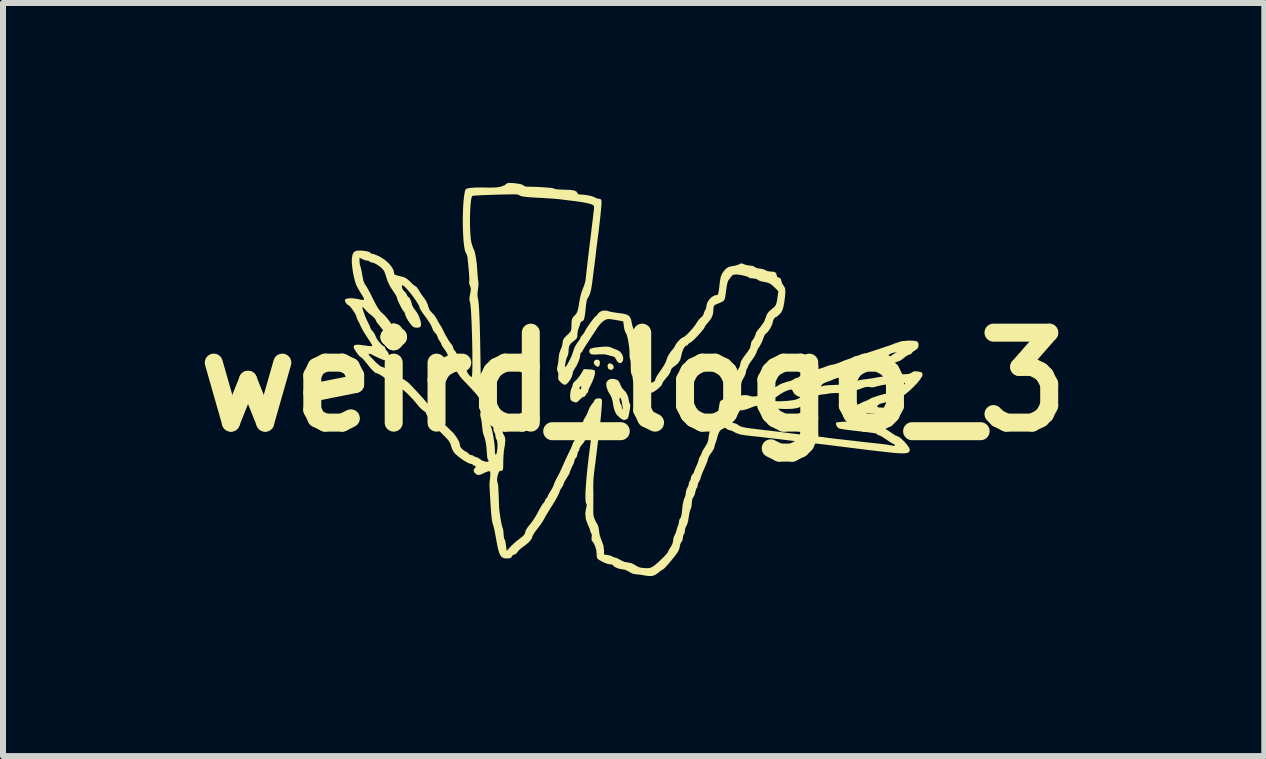
<source format=kicad_pcb>
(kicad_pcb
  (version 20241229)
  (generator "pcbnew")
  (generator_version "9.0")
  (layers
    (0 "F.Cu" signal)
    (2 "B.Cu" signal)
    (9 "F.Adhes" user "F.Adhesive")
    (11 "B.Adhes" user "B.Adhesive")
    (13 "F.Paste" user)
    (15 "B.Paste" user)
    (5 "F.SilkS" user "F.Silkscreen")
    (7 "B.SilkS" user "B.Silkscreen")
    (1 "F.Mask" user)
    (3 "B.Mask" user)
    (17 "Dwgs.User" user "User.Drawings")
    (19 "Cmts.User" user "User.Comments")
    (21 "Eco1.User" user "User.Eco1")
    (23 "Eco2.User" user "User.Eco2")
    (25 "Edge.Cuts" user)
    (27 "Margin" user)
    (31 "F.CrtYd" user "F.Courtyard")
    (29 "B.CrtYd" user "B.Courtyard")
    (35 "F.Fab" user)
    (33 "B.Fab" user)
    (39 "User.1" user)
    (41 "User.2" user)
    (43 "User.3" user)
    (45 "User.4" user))
  (footprint "weird_logo_3"
    (layer "F.Cu")
    (at 7.514 3.318)
    (property "Reference" "weird_logo_3" (at 0 0 0) (layer "F.SilkS") (effects (font (size 1.5 1.5) (thickness 0.3))))
    (attr board_only exclude_from_pos_files exclude_from_bom)
    (fp_poly (pts (xy -0.357 -0.298) (xy -0.334 -0.264) (xy -0.332 -0.235) (xy -0.35 -0.208) (xy -0.382 -0.201) (xy -0.414 -0.213) (xy -0.426 -0.228) (xy -0.436 -0.269) (xy -0.424 -0.3) (xy -0.395 -0.312)) (stroke (width 0) (type solid)) (fill yes) (layer "F.SilkS"))
    (fp_poly (pts (xy -0.583 -0.367) (xy -0.564 -0.343) (xy -0.562 -0.307) (xy -0.574 -0.264) (xy -0.597 -0.252) (xy -0.633 -0.27) (xy -0.64 -0.275) (xy -0.663 -0.309) (xy -0.661 -0.343) (xy -0.638 -0.367) (xy -0.6 -0.372)) (stroke (width 0) (type solid)) (fill yes) (layer "F.SilkS"))
    (fp_poly (pts (xy -0.401 -0.584) (xy -0.368 -0.571) (xy -0.316 -0.548) (xy -0.271 -0.532) (xy -0.226 -0.505) (xy -0.191 -0.459) (xy -0.173 -0.405) (xy -0.177 -0.355) (xy -0.178 -0.352) (xy -0.206 -0.318) (xy -0.239 -0.314) (xy -0.271 -0.338) (xy -0.289 -0.37) (xy -0.315 -0.413) (xy -0.344 -0.427) (xy -0.38 -0.434) (xy -0.424 -0.448) (xy -0.486 -0.461) (xy -0.575 -0.46) (xy -0.587 -0.459) (xy -0.66 -0.456) (xy -0.707 -0.462) (xy -0.732 -0.48) (xy -0.74 -0.512) (xy -0.74 -0.518) (xy -0.736 -0.538) (xy -0.721 -0.553) (xy -0.69 -0.564) (xy -0.638 -0.574) (xy -0.56 -0.583) (xy -0.525 -0.586) (xy -0.452 -0.59)) (stroke (width 0) (type solid)) (fill yes) (layer "F.SilkS"))
    (fp_poly (pts (xy -0.74 -0.21) (xy -0.686 -0.205) (xy -0.657 -0.196) (xy -0.645 -0.179) (xy -0.644 -0.174) (xy -0.646 -0.13) (xy -0.663 -0.068) (xy -0.691 0.002) (xy -0.719 0.058) (xy -0.741 0.104) (xy -0.755 0.142) (xy -0.756 0.152) (xy -0.763 0.176) (xy -0.771 0.181) (xy -0.786 0.195) (xy -0.794 0.214) (xy -0.812 0.24) (xy -0.83 0.247) (xy -0.857 0.258) (xy -0.891 0.288) (xy -0.899 0.296) (xy -0.934 0.332) (xy -0.965 0.343) (xy -1.004 0.331) (xy -1.019 0.324) (xy -1.044 0.307) (xy -1.055 0.284) (xy -1.058 0.243) (xy -1.058 0.215) (xy -1.053 0.163) (xy -1.044 0.123) (xy -1.037 0.11) (xy -1.037 0.109) (xy -0.904 0.109) (xy -0.896 0.125) (xy -0.888 0.123) (xy -0.873 0.1) (xy -0.871 0.088) (xy -0.88 0.072) (xy -0.888 0.074) (xy -0.903 0.098) (xy -0.904 0.109) (xy -1.037 0.109) (xy -1.023 0.08) (xy -1.019 0.055) (xy -1.006 0.017) (xy -0.973 -0.017) (xy -0.938 -0.051) (xy -0.899 -0.101) (xy -0.878 -0.133) (xy -0.83 -0.214)) (stroke (width 0) (type solid)) (fill yes) (layer "F.SilkS"))
    (fp_poly (pts (xy -0.291 -0.041) (xy -0.258 -0.023) (xy -0.235 0.011) (xy -0.223 0.042) (xy -0.199 0.091) (xy -0.172 0.127) (xy -0.161 0.137) (xy -0.13 0.169) (xy -0.102 0.221) (xy -0.085 0.276) (xy -0.082 0.303) (xy -0.075 0.34) (xy -0.065 0.356) (xy -0.057 0.38) (xy -0.059 0.429) (xy -0.068 0.487) (xy -0.08 0.551) (xy -0.09 0.591) (xy -0.103 0.613) (xy -0.122 0.625) (xy -0.143 0.632) (xy -0.173 0.632) (xy -0.209 0.613) (xy -0.244 0.584) (xy -0.278 0.55) (xy -0.302 0.513) (xy -0.321 0.467) (xy -0.337 0.402) (xy -0.352 0.313) (xy -0.353 0.31) (xy -0.363 0.276) (xy -0.236 0.276) (xy -0.234 0.307) (xy -0.227 0.342) (xy -0.216 0.367) (xy -0.212 0.371) (xy -0.201 0.393) (xy -0.197 0.42) (xy -0.194 0.451) (xy -0.187 0.46) (xy -0.183 0.446) (xy -0.185 0.409) (xy -0.189 0.384) (xy -0.2 0.317) (xy -0.212 0.278) (xy -0.226 0.263) (xy -0.229 0.263) (xy -0.236 0.276) (xy -0.363 0.276) (xy -0.368 0.258) (xy -0.391 0.213) (xy -0.393 0.211) (xy -0.428 0.152) (xy -0.451 0.087) (xy -0.457 0.028) (xy -0.454 0.012) (xy -0.429 -0.028) (xy -0.385 -0.05) (xy -0.345 -0.052)) (stroke (width 0) (type solid)) (fill yes) (layer "F.SilkS"))
    (fp_poly (pts (xy -2.031 -3.317) (xy -1.983 -3.313) (xy -1.914 -3.304) (xy -1.864 -3.292) (xy -1.84 -3.279) (xy -1.809 -3.26) (xy -1.786 -3.256) (xy -1.691 -3.254) (xy -1.596 -3.251) (xy -1.506 -3.246) (xy -1.429 -3.24) (xy -1.369 -3.234) (xy -1.333 -3.227) (xy -1.327 -3.224) (xy -1.302 -3.215) (xy -1.252 -3.209) (xy -1.183 -3.206) (xy -1.152 -3.205) (xy -1.057 -3.202) (xy -0.991 -3.192) (xy -0.952 -3.174) (xy -0.937 -3.149) (xy -0.937 -3.142) (xy -0.922 -3.13) (xy -0.883 -3.124) (xy -0.87 -3.124) (xy -0.818 -3.12) (xy -0.758 -3.111) (xy -0.702 -3.098) (xy -0.659 -3.084) (xy -0.641 -3.073) (xy -0.62 -3.063) (xy -0.584 -3.055) (xy -0.552 -3.049) (xy -0.538 -3.032) (xy -0.535 -2.995) (xy -0.535 -2.984) (xy -0.538 -2.933) (xy -0.545 -2.856) (xy -0.555 -2.757) (xy -0.568 -2.643) (xy -0.582 -2.519) (xy -0.591 -2.45) (xy -0.601 -2.372) (xy -0.613 -2.28) (xy -0.624 -2.191) (xy -0.625 -2.178) (xy -0.635 -2.093) (xy -0.646 -2.004) (xy -0.656 -1.927) (xy -0.658 -1.915) (xy -0.667 -1.842) (xy -0.678 -1.754) (xy -0.689 -1.667) (xy -0.691 -1.652) (xy -0.706 -1.557) (xy -0.722 -1.487) (xy -0.742 -1.435) (xy -0.766 -1.397) (xy -0.778 -1.369) (xy -0.788 -1.319) (xy -0.795 -1.266) (xy -0.805 -1.17) (xy -0.814 -1.103) (xy -0.823 -1.058) (xy -0.833 -1.031) (xy -0.847 -1.018) (xy -0.856 -1.014) (xy -0.882 -0.997) (xy -0.888 -0.982) (xy -0.895 -0.95) (xy -0.912 -0.91) (xy -0.928 -0.862) (xy -0.937 -0.805) (xy -0.937 -0.794) (xy -0.94 -0.749) (xy -0.955 -0.719) (xy -0.989 -0.688) (xy -1.002 -0.679) (xy -1.049 -0.64) (xy -1.074 -0.599) (xy -1.084 -0.543) (xy -1.085 -0.509) (xy -1.091 -0.46) (xy -1.107 -0.42) (xy -1.108 -0.419) (xy -1.118 -0.393) (xy -1.129 -0.352) (xy -1.138 -0.307) (xy -1.143 -0.269) (xy -1.142 -0.248) (xy -1.141 -0.247) (xy -1.126 -0.26) (xy -1.103 -0.297) (xy -1.076 -0.347) (xy -1.048 -0.403) (xy -1.025 -0.456) (xy -1.011 -0.499) (xy -1.01 -0.502) (xy -0.985 -0.576) (xy -0.947 -0.642) (xy -0.939 -0.653) (xy -0.909 -0.692) (xy -0.89 -0.724) (xy -0.888 -0.733) (xy -0.877 -0.757) (xy -0.855 -0.781) (xy -0.826 -0.817) (xy -0.812 -0.845) (xy -0.798 -0.872) (xy -0.771 -0.915) (xy -0.736 -0.966) (xy -0.699 -1.017) (xy -0.664 -1.062) (xy -0.638 -1.092) (xy -0.625 -1.101) (xy -0.61 -1.114) (xy -0.593 -1.141) (xy -0.56 -1.171) (xy -0.51 -1.189) (xy -0.456 -1.19) (xy -0.423 -1.181) (xy -0.394 -1.172) (xy -0.342 -1.162) (xy -0.276 -1.152) (xy -0.25 -1.149) (xy -0.165 -1.137) (xy -0.107 -1.12) (xy -0.069 -1.093) (xy -0.046 -1.052) (xy -0.032 -0.992) (xy -0.031 -0.986) (xy -0.019 -0.931) (xy -0.004 -0.888) (xy 0.005 -0.873) (xy 0.02 -0.842) (xy 0.035 -0.787) (xy 0.048 -0.72) (xy 0.057 -0.65) (xy 0.061 -0.588) (xy 0.058 -0.543) (xy 0.057 -0.542) (xy 0.056 -0.493) (xy 0.066 -0.438) (xy 0.068 -0.432) (xy 0.079 -0.379) (xy 0.084 -0.313) (xy 0.084 -0.275) (xy 0.084 -0.216) (xy 0.091 -0.185) (xy 0.097 -0.181) (xy 0.109 -0.166) (xy 0.115 -0.13) (xy 0.115 -0.116) (xy 0.121 -0.067) (xy 0.142 -0.034) (xy 0.163 -0.018) (xy 0.213 0.006) (xy 0.266 0.014) (xy 0.315 0.008) (xy 0.349 -0.012) (xy 0.362 -0.042) (xy 0.371 -0.069) (xy 0.394 -0.11) (xy 0.412 -0.136) (xy 0.472 -0.223) (xy 0.514 -0.29) (xy 0.54 -0.341) (xy 0.553 -0.383) (xy 0.554 -0.384) (xy 0.569 -0.425) (xy 0.6 -0.477) (xy 0.627 -0.513) (xy 0.661 -0.555) (xy 0.684 -0.587) (xy 0.69 -0.601) (xy 0.701 -0.624) (xy 0.728 -0.66) (xy 0.761 -0.697) (xy 0.794 -0.727) (xy 0.816 -0.74) (xy 0.816 -0.74) (xy 0.843 -0.752) (xy 0.882 -0.785) (xy 0.929 -0.831) (xy 0.977 -0.885) (xy 1.02 -0.939) (xy 1.053 -0.989) (xy 1.058 -0.998) (xy 1.089 -1.042) (xy 1.125 -1.075) (xy 1.155 -1.103) (xy 1.167 -1.132) (xy 1.177 -1.168) (xy 1.191 -1.193) (xy 1.209 -1.232) (xy 1.216 -1.278) (xy 1.229 -1.325) (xy 1.262 -1.375) (xy 1.305 -1.418) (xy 1.351 -1.443) (xy 1.371 -1.447) (xy 1.388 -1.448) (xy 1.4 -1.453) (xy 1.409 -1.469) (xy 1.417 -1.5) (xy 1.424 -1.55) (xy 1.433 -1.625) (xy 1.44 -1.685) (xy 1.453 -1.755) (xy 1.476 -1.808) (xy 1.507 -1.852) (xy 1.546 -1.894) (xy 1.583 -1.917) (xy 1.634 -1.929) (xy 1.647 -1.931) (xy 1.702 -1.941) (xy 1.748 -1.956) (xy 1.763 -1.964) (xy 1.792 -1.977) (xy 1.822 -1.971) (xy 1.838 -1.963) (xy 1.886 -1.947) (xy 1.941 -1.94) (xy 1.942 -1.94) (xy 1.988 -1.934) (xy 2.02 -1.918) (xy 2.022 -1.915) (xy 2.051 -1.899) (xy 2.096 -1.89) (xy 2.102 -1.89) (xy 2.152 -1.883) (xy 2.192 -1.867) (xy 2.194 -1.865) (xy 2.233 -1.848) (xy 2.279 -1.841) (xy 2.339 -1.836) (xy 2.373 -1.819) (xy 2.384 -1.787) (xy 2.384 -1.783) (xy 2.394 -1.751) (xy 2.421 -1.74) (xy 2.451 -1.725) (xy 2.463 -1.687) (xy 2.478 -1.639) (xy 2.5 -1.606) (xy 2.518 -1.579) (xy 2.528 -1.543) (xy 2.53 -1.492) (xy 2.524 -1.42) (xy 2.511 -1.323) (xy 2.497 -1.249) (xy 2.481 -1.198) (xy 2.459 -1.159) (xy 2.443 -1.138) (xy 2.41 -1.106) (xy 2.385 -1.087) (xy 2.379 -1.085) (xy 2.353 -1.071) (xy 2.331 -1.037) (xy 2.319 -0.996) (xy 2.319 -0.989) (xy 2.31 -0.958) (xy 2.289 -0.914) (xy 2.261 -0.868) (xy 2.232 -0.829) (xy 2.209 -0.807) (xy 2.203 -0.806) (xy 2.19 -0.791) (xy 2.174 -0.756) (xy 2.169 -0.744) (xy 2.139 -0.666) (xy 2.1 -0.592) (xy 2.078 -0.559) (xy 2.059 -0.524) (xy 2.049 -0.493) (xy 2.034 -0.459) (xy 2.005 -0.41) (xy 1.973 -0.365) (xy 1.939 -0.318) (xy 1.915 -0.278) (xy 1.907 -0.255) (xy 1.897 -0.228) (xy 1.891 -0.222) (xy 1.878 -0.199) (xy 1.874 -0.171) (xy 1.866 -0.133) (xy 1.844 -0.084) (xy 1.833 -0.066) (xy 1.808 -0.02) (xy 1.794 0.02) (xy 1.792 0.032) (xy 1.784 0.063) (xy 1.776 0.074) (xy 1.762 0.097) (xy 1.759 0.12) (xy 1.748 0.162) (xy 1.734 0.188) (xy 1.715 0.22) (xy 1.709 0.246) (xy 1.717 0.257) (xy 1.731 0.249) (xy 1.772 0.23) (xy 1.829 0.22) (xy 1.886 0.22) (xy 1.923 0.23) (xy 1.97 0.242) (xy 2.033 0.241) (xy 2.098 0.229) (xy 2.151 0.208) (xy 2.167 0.196) (xy 2.2 0.173) (xy 2.225 0.164) (xy 2.249 0.156) (xy 2.291 0.132) (xy 2.344 0.099) (xy 2.357 0.09) (xy 2.456 0.032) (xy 2.545 0.001) (xy 2.551 -0.001) (xy 2.605 -0.014) (xy 2.649 -0.032) (xy 2.663 -0.041) (xy 2.697 -0.061) (xy 2.717 -0.066) (xy 2.745 -0.074) (xy 3.058 -0.074) (xy 3.066 -0.066) (xy 3.074 -0.074) (xy 3.066 -0.082) (xy 3.058 -0.074) (xy 2.745 -0.074) (xy 2.746 -0.074) (xy 2.753 -0.081) (xy 2.774 -0.097) (xy 2.815 -0.12) (xy 2.865 -0.145) (xy 2.915 -0.166) (xy 2.954 -0.179) (xy 2.965 -0.181) (xy 2.994 -0.19) (xy 3 -0.197) (xy 3.023 -0.209) (xy 3.057 -0.214) (xy 3.1 -0.22) (xy 3.155 -0.237) (xy 3.177 -0.246) (xy 3.235 -0.268) (xy 3.292 -0.284) (xy 3.309 -0.287) (xy 3.352 -0.296) (xy 3.781 -0.296) (xy 3.793 -0.287) (xy 3.806 -0.29) (xy 3.828 -0.302) (xy 3.831 -0.306) (xy 3.817 -0.312) (xy 3.806 -0.312) (xy 3.784 -0.304) (xy 3.781 -0.296) (xy 3.352 -0.296) (xy 3.36 -0.298) (xy 3.42 -0.319) (xy 3.438 -0.326) (xy 3.499 -0.352) (xy 3.561 -0.374) (xy 3.576 -0.379) (xy 3.622 -0.395) (xy 3.656 -0.411) (xy 3.661 -0.414) (xy 3.692 -0.429) (xy 3.718 -0.434) (xy 3.758 -0.442) (xy 4.251 -0.442) (xy 4.253 -0.438) (xy 4.278 -0.429) (xy 4.31 -0.449) (xy 4.311 -0.45) (xy 4.347 -0.474) (xy 4.366 -0.481) (xy 4.387 -0.488) (xy 4.376 -0.49) (xy 4.363 -0.491) (xy 4.328 -0.487) (xy 4.291 -0.474) (xy 4.262 -0.457) (xy 4.251 -0.442) (xy 3.758 -0.442) (xy 3.76 -0.442) (xy 3.781 -0.448) (xy 3.807 -0.456) (xy 3.855 -0.472) (xy 3.92 -0.493) (xy 3.97 -0.51) (xy 4.09 -0.549) (xy 4.181 -0.58) (xy 4.25 -0.603) (xy 4.299 -0.62) (xy 4.331 -0.633) (xy 4.348 -0.64) (xy 4.467 -0.679) (xy 4.585 -0.69) (xy 4.661 -0.688) (xy 4.71 -0.681) (xy 4.738 -0.666) (xy 4.749 -0.64) (xy 4.751 -0.616) (xy 4.745 -0.576) (xy 4.722 -0.547) (xy 4.694 -0.528) (xy 4.657 -0.503) (xy 4.637 -0.482) (xy 4.636 -0.477) (xy 4.622 -0.463) (xy 4.606 -0.46) (xy 4.577 -0.45) (xy 4.536 -0.424) (xy 4.509 -0.403) (xy 4.467 -0.37) (xy 4.433 -0.349) (xy 4.419 -0.345) (xy 4.387 -0.335) (xy 4.38 -0.33) (xy 4.358 -0.322) (xy 4.311 -0.315) (xy 4.249 -0.309) (xy 4.225 -0.308) (xy 4.139 -0.301) (xy 4.079 -0.293) (xy 4.036 -0.28) (xy 4.003 -0.26) (xy 3.995 -0.254) (xy 3.968 -0.236) (xy 3.923 -0.208) (xy 3.872 -0.179) (xy 3.812 -0.149) (xy 3.76 -0.132) (xy 3.701 -0.124) (xy 3.65 -0.122) (xy 3.564 -0.116) (xy 3.499 -0.102) (xy 3.477 -0.093) (xy 3.436 -0.074) (xy 3.404 -0.066) (xy 3.403 -0.066) (xy 3.371 -0.058) (xy 3.336 -0.044) (xy 3.286 -0.022) (xy 3.248 -0.01) (xy 3.198 0.009) (xy 3.163 0.027) (xy 3.135 0.051) (xy 3.124 0.069) (xy 3.132 0.076) (xy 3.152 0.068) (xy 3.182 0.061) (xy 3.234 0.055) (xy 3.299 0.052) (xy 3.321 0.051) (xy 3.4 0.048) (xy 3.48 0.038) (xy 3.544 0.026) (xy 3.551 0.024) (xy 3.663 -0.006) (xy 3.75 -0.027) (xy 3.82 -0.04) (xy 3.855 -0.044) (xy 3.899 -0.049) (xy 3.966 -0.059) (xy 4.043 -0.072) (xy 4.093 -0.081) (xy 4.17 -0.093) (xy 4.238 -0.102) (xy 4.29 -0.105) (xy 4.311 -0.104) (xy 4.352 -0.102) (xy 4.377 -0.111) (xy 4.404 -0.119) (xy 4.452 -0.126) (xy 4.501 -0.128) (xy 4.572 -0.132) (xy 4.618 -0.144) (xy 4.636 -0.156) (xy 4.666 -0.174) (xy 4.706 -0.178) (xy 4.742 -0.174) (xy 4.788 -0.165) (xy 4.81 -0.152) (xy 4.817 -0.128) (xy 4.817 -0.12) (xy 4.804 -0.083) (xy 4.77 -0.032) (xy 4.72 0.027) (xy 4.659 0.09) (xy 4.592 0.153) (xy 4.524 0.209) (xy 4.462 0.253) (xy 4.409 0.282) (xy 4.386 0.289) (xy 4.338 0.3) (xy 4.299 0.312) (xy 4.266 0.322) (xy 4.213 0.337) (xy 4.168 0.348) (xy 4.103 0.367) (xy 4.07 0.388) (xy 4.064 0.399) (xy 4.066 0.418) (xy 4.089 0.426) (xy 4.125 0.427) (xy 4.176 0.43) (xy 4.244 0.438) (xy 4.307 0.447) (xy 4.367 0.458) (xy 4.402 0.468) (xy 4.418 0.481) (xy 4.422 0.501) (xy 4.422 0.512) (xy 4.409 0.558) (xy 4.386 0.577) (xy 4.347 0.606) (xy 4.319 0.636) (xy 4.289 0.663) (xy 4.264 0.674) (xy 4.236 0.683) (xy 4.195 0.705) (xy 4.182 0.714) (xy 4.146 0.739) (xy 4.136 0.752) (xy 4.148 0.76) (xy 4.162 0.765) (xy 4.195 0.781) (xy 4.243 0.81) (xy 4.286 0.84) (xy 4.334 0.873) (xy 4.374 0.897) (xy 4.396 0.904) (xy 4.424 0.916) (xy 4.465 0.948) (xy 4.51 0.992) (xy 4.553 1.04) (xy 4.586 1.085) (xy 4.603 1.119) (xy 4.603 1.125) (xy 4.602 1.146) (xy 4.596 1.162) (xy 4.583 1.175) (xy 4.56 1.184) (xy 4.525 1.19) (xy 4.476 1.191) (xy 4.408 1.188) (xy 4.322 1.181) (xy 4.212 1.169) (xy 4.078 1.154) (xy 3.916 1.135) (xy 3.732 1.112) (xy 3.573 1.092) (xy 3.442 1.076) (xy 3.333 1.062) (xy 3.242 1.051) (xy 3.162 1.041) (xy 3.089 1.033) (xy 3.017 1.024) (xy 2.941 1.015) (xy 2.857 1.005) (xy 2.844 1.004) (xy 2.772 0.995) (xy 2.679 0.984) (xy 2.578 0.973) (xy 2.482 0.961) (xy 2.34 0.944) (xy 2.225 0.931) (xy 2.134 0.92) (xy 2.063 0.912) (xy 2.006 0.906) (xy 1.96 0.901) (xy 1.921 0.896) (xy 1.883 0.892) (xy 1.866 0.891) (xy 1.77 0.874) (xy 1.697 0.846) (xy 1.691 0.842) (xy 1.647 0.819) (xy 1.61 0.806) (xy 1.602 0.806) (xy 1.57 0.795) (xy 1.533 0.769) (xy 1.532 0.769) (xy 1.502 0.746) (xy 1.487 0.747) (xy 1.484 0.754) (xy 1.466 0.783) (xy 1.445 0.807) (xy 1.423 0.842) (xy 1.403 0.893) (xy 1.397 0.916) (xy 1.383 0.969) (xy 1.369 1.011) (xy 1.363 1.023) (xy 1.35 1.064) (xy 1.348 1.083) (xy 1.338 1.113) (xy 1.313 1.156) (xy 1.298 1.176) (xy 1.266 1.223) (xy 1.244 1.267) (xy 1.24 1.281) (xy 1.235 1.302) (xy 1.229 1.323) (xy 1.219 1.349) (xy 1.202 1.388) (xy 1.176 1.448) (xy 1.16 1.484) (xy 1.138 1.537) (xy 1.123 1.58) (xy 1.118 1.6) (xy 1.109 1.629) (xy 1.094 1.653) (xy 1.074 1.694) (xy 1.069 1.721) (xy 1.063 1.754) (xy 1.054 1.766) (xy 1.042 1.787) (xy 1.03 1.828) (xy 1.028 1.84) (xy 1.015 1.887) (xy 0.997 1.92) (xy 0.993 1.925) (xy 0.978 1.955) (xy 0.97 2.008) (xy 0.97 2.021) (xy 0.966 2.071) (xy 0.957 2.107) (xy 0.952 2.115) (xy 0.942 2.14) (xy 0.93 2.187) (xy 0.92 2.247) (xy 0.919 2.253) (xy 0.909 2.316) (xy 0.895 2.368) (xy 0.88 2.399) (xy 0.88 2.4) (xy 0.862 2.436) (xy 0.855 2.479) (xy 0.85 2.518) (xy 0.839 2.54) (xy 0.838 2.54) (xy 0.826 2.562) (xy 0.822 2.597) (xy 0.814 2.641) (xy 0.797 2.669) (xy 0.777 2.705) (xy 0.772 2.732) (xy 0.764 2.773) (xy 0.745 2.82) (xy 0.743 2.824) (xy 0.721 2.857) (xy 0.687 2.904) (xy 0.644 2.958) (xy 0.598 3.013) (xy 0.555 3.063) (xy 0.52 3.101) (xy 0.497 3.122) (xy 0.492 3.124) (xy 0.474 3.133) (xy 0.439 3.158) (xy 0.411 3.181) (xy 0.362 3.216) (xy 0.313 3.234) (xy 0.255 3.236) (xy 0.177 3.226) (xy 0.156 3.221) (xy 0.097 3.212) (xy 0.04 3.207) (xy 0.034 3.207) (xy -0.024 3.194) (xy -0.075 3.165) (xy -0.139 3.132) (xy -0.187 3.124) (xy -0.231 3.117) (xy -0.278 3.101) (xy -0.32 3.081) (xy -0.343 3.06) (xy -0.345 3.054) (xy -0.359 3.045) (xy -0.392 3.041) (xy -0.432 3.034) (xy -0.487 3.014) (xy -0.528 2.994) (xy -0.577 2.967) (xy -0.603 2.945) (xy -0.614 2.92) (xy -0.616 2.881) (xy -0.617 2.866) (xy -0.623 2.805) (xy -0.64 2.742) (xy -0.664 2.688) (xy -0.69 2.655) (xy -0.692 2.654) (xy -0.702 2.631) (xy -0.7 2.589) (xy -0.7 2.589) (xy -0.697 2.548) (xy -0.706 2.524) (xy -0.706 2.524) (xy -0.721 2.5) (xy -0.723 2.484) (xy -0.731 2.453) (xy -0.75 2.407) (xy -0.764 2.377) (xy -0.796 2.291) (xy -0.806 2.198) (xy -0.794 2.112) (xy -0.789 2.095) (xy -0.781 2.052) (xy -0.79 2.029) (xy -0.8 1.998) (xy -0.804 1.937) (xy -0.803 1.848) (xy -0.796 1.732) (xy -0.785 1.591) (xy -0.769 1.429) (xy -0.748 1.246) (xy -0.724 1.06) (xy -0.716 0.994) (xy -0.709 0.922) (xy -0.703 0.851) (xy -0.699 0.787) (xy -0.696 0.735) (xy -0.696 0.702) (xy -0.699 0.693) (xy -0.701 0.699) (xy -0.716 0.73) (xy -0.726 0.741) (xy -0.738 0.762) (xy -0.748 0.803) (xy -0.75 0.815) (xy -0.781 0.926) (xy -0.84 1.021) (xy -0.857 1.04) (xy -0.887 1.078) (xy -0.903 1.112) (xy -0.904 1.119) (xy -0.912 1.15) (xy -0.921 1.159) (xy -0.934 1.182) (xy -0.937 1.207) (xy -0.947 1.246) (xy -0.962 1.266) (xy -0.983 1.294) (xy -0.986 1.309) (xy -0.994 1.343) (xy -1.001 1.361) (xy -1.021 1.402) (xy -1.042 1.449) (xy -1.06 1.492) (xy -1.068 1.518) (xy -1.069 1.521) (xy -1.077 1.54) (xy -1.099 1.576) (xy -1.118 1.605) (xy -1.146 1.651) (xy -1.164 1.687) (xy -1.167 1.7) (xy -1.177 1.727) (xy -1.2 1.763) (xy -1.2 1.764) (xy -1.223 1.798) (xy -1.233 1.822) (xy -1.233 1.823) (xy -1.242 1.853) (xy -1.267 1.904) (xy -1.305 1.973) (xy -1.353 2.053) (xy -1.381 2.096) (xy -1.42 2.16) (xy -1.458 2.222) (xy -1.485 2.271) (xy -1.488 2.277) (xy -1.514 2.322) (xy -1.553 2.38) (xy -1.599 2.441) (xy -1.607 2.451) (xy -1.647 2.505) (xy -1.677 2.553) (xy -1.692 2.587) (xy -1.693 2.594) (xy -1.708 2.629) (xy -1.75 2.676) (xy -1.818 2.731) (xy -1.861 2.762) (xy -1.903 2.796) (xy -1.934 2.831) (xy -1.939 2.84) (xy -1.963 2.868) (xy -1.988 2.877) (xy -2.018 2.891) (xy -2.03 2.91) (xy -2.045 2.932) (xy -2.075 2.941) (xy -2.111 2.943) (xy -2.154 2.94) (xy -2.188 2.927) (xy -2.215 2.902) (xy -2.237 2.86) (xy -2.257 2.796) (xy -2.276 2.708) (xy -2.295 2.606) (xy -2.309 2.528) (xy -2.324 2.456) (xy -2.338 2.4) (xy -2.344 2.38) (xy -2.354 2.346) (xy -2.362 2.302) (xy -2.37 2.242) (xy -2.377 2.163) (xy -2.384 2.06) (xy -2.392 1.929) (xy -2.393 1.915) (xy -2.397 1.843) (xy -2.4 1.781) (xy -2.403 1.739) (xy -2.404 1.726) (xy -2.403 1.697) (xy -2.399 1.648) (xy -2.393 1.601) (xy -2.388 1.534) (xy -2.393 1.496) (xy -2.398 1.489) (xy -2.421 1.49) (xy -2.463 1.504) (xy -2.499 1.521) (xy -2.552 1.545) (xy -2.588 1.552) (xy -2.614 1.545) (xy -2.652 1.515) (xy -2.668 1.48) (xy -2.659 1.45) (xy -2.655 1.446) (xy -2.633 1.419) (xy -2.637 1.401) (xy -2.655 1.397) (xy -2.677 1.389) (xy -2.68 1.381) (xy -2.694 1.368) (xy -2.718 1.365) (xy -2.751 1.354) (xy -2.801 1.328) (xy -2.859 1.291) (xy -2.917 1.248) (xy -2.966 1.206) (xy -2.994 1.177) (xy -3.02 1.131) (xy -3.041 1.075) (xy -3.044 1.064) (xy -3.056 1.025) (xy -3.079 0.986) (xy -3.118 0.94) (xy -3.178 0.88) (xy -3.178 0.88) (xy -3.248 0.809) (xy -3.315 0.735) (xy -3.373 0.665) (xy -3.419 0.603) (xy -3.447 0.555) (xy -3.455 0.534) (xy -3.473 0.502) (xy -3.497 0.484) (xy -3.53 0.46) (xy -3.568 0.422) (xy -3.58 0.408) (xy -3.68 0.289) (xy -3.777 0.189) (xy -3.867 0.11) (xy -3.948 0.055) (xy -4.015 0.027) (xy -4.061 0.006) (xy -4.093 -0.019) (xy -4.133 -0.055) (xy -4.183 -0.092) (xy -4.235 -0.124) (xy -4.277 -0.144) (xy -4.295 -0.148) (xy -4.317 -0.16) (xy -4.354 -0.195) (xy -4.399 -0.245) (xy -4.426 -0.279) (xy -4.471 -0.335) (xy -4.509 -0.379) (xy -4.536 -0.406) (xy -4.546 -0.412) (xy -4.565 -0.425) (xy -4.594 -0.457) (xy -4.626 -0.5) (xy -4.652 -0.542) (xy -4.668 -0.575) (xy -4.669 -0.583) (xy -4.66 -0.608) (xy -4.63 -0.62) (xy -4.577 -0.621) (xy -4.496 -0.61) (xy -4.492 -0.61) (xy -4.433 -0.601) (xy -4.386 -0.597) (xy -4.362 -0.598) (xy -4.361 -0.598) (xy -4.359 -0.605) (xy -4.363 -0.618) (xy -4.377 -0.643) (xy -4.401 -0.683) (xy -4.44 -0.742) (xy -4.487 -0.814) (xy -4.519 -0.868) (xy -4.547 -0.923) (xy -4.553 -0.937) (xy -4.575 -0.985) (xy -4.596 -1.024) (xy -4.598 -1.027) (xy -4.615 -1.063) (xy -4.62 -1.084) (xy -4.629 -1.112) (xy -4.652 -1.154) (xy -4.683 -1.2) (xy -4.715 -1.243) (xy -4.743 -1.273) (xy -4.759 -1.282) (xy -4.78 -1.295) (xy -4.801 -1.325) (xy -4.815 -1.357) (xy -4.81 -1.374) (xy -4.8 -1.382) (xy -4.758 -1.394) (xy -4.695 -1.396) (xy -4.622 -1.387) (xy -4.579 -1.378) (xy -4.524 -1.367) (xy -4.497 -1.371) (xy -4.496 -1.392) (xy -4.514 -1.426) (xy -4.542 -1.469) (xy -4.563 -1.504) (xy -4.584 -1.54) (xy -4.61 -1.587) (xy -4.615 -1.596) (xy -4.636 -1.647) (xy -4.657 -1.722) (xy -4.676 -1.81) (xy -4.69 -1.901) (xy -4.698 -1.985) (xy -4.698 -2.052) (xy -4.698 -2.057) (xy -4.695 -2.072) (xy -4.57 -2.072) (xy -4.57 -2.013) (xy -4.566 -1.965) (xy -4.556 -1.928) (xy -4.555 -1.926) (xy -4.546 -1.896) (xy -4.535 -1.845) (xy -4.524 -1.782) (xy -4.523 -1.777) (xy -4.506 -1.691) (xy -4.484 -1.634) (xy -4.474 -1.622) (xy -4.455 -1.594) (xy -4.426 -1.543) (xy -4.39 -1.476) (xy -4.353 -1.401) (xy -4.349 -1.393) (xy -4.299 -1.294) (xy -4.257 -1.223) (xy -4.22 -1.175) (xy -4.199 -1.155) (xy -4.148 -1.107) (xy -4.096 -1.046) (xy -4.049 -0.982) (xy -4.016 -0.924) (xy -4.004 -0.89) (xy -3.988 -0.848) (xy -3.969 -0.821) (xy -3.949 -0.793) (xy -3.946 -0.778) (xy -3.932 -0.753) (xy -3.921 -0.746) (xy -3.902 -0.721) (xy -3.896 -0.672) (xy -3.899 -0.631) (xy -3.91 -0.613) (xy -3.936 -0.609) (xy -3.942 -0.609) (xy -3.985 -0.622) (xy -4.027 -0.663) (xy -4.028 -0.664) (xy -4.088 -0.745) (xy -4.146 -0.82) (xy -4.197 -0.887) (xy -4.238 -0.94) (xy -4.266 -0.975) (xy -4.276 -0.986) (xy -4.289 -1.007) (xy -4.298 -1.032) (xy -4.319 -1.064) (xy -4.357 -1.1) (xy -4.371 -1.111) (xy -4.42 -1.149) (xy -4.462 -1.191) (xy -4.469 -1.2) (xy -4.497 -1.232) (xy -4.518 -1.249) (xy -4.52 -1.249) (xy -4.522 -1.236) (xy -4.513 -1.2) (xy -4.495 -1.148) (xy -4.473 -1.09) (xy -4.448 -1.032) (xy -4.424 -0.982) (xy -4.419 -0.974) (xy -4.4 -0.934) (xy -4.39 -0.906) (xy -4.39 -0.903) (xy -4.379 -0.881) (xy -4.354 -0.848) (xy -4.349 -0.843) (xy -4.318 -0.801) (xy -4.3 -0.759) (xy -4.299 -0.757) (xy -4.284 -0.724) (xy -4.255 -0.682) (xy -4.22 -0.641) (xy -4.186 -0.607) (xy -4.161 -0.592) (xy -4.158 -0.592) (xy -4.145 -0.579) (xy -4.143 -0.567) (xy -4.131 -0.538) (xy -4.11 -0.514) (xy -4.087 -0.479) (xy -4.077 -0.434) (xy -4.08 -0.39) (xy -4.096 -0.36) (xy -4.105 -0.355) (xy -4.135 -0.356) (xy -4.189 -0.373) (xy -4.261 -0.404) (xy -4.345 -0.446) (xy -4.362 -0.455) (xy -4.4 -0.47) (xy -4.419 -0.468) (xy -4.413 -0.449) (xy -4.404 -0.438) (xy -4.327 -0.357) (xy -4.269 -0.301) (xy -4.225 -0.265) (xy -4.194 -0.249) (xy -4.182 -0.247) (xy -4.149 -0.235) (xy -4.103 -0.205) (xy -4.066 -0.173) (xy -4.023 -0.135) (xy -3.987 -0.108) (xy -3.967 -0.099) (xy -3.928 -0.089) (xy -3.874 -0.065) (xy -3.816 -0.032) (xy -3.765 0.004) (xy -3.74 0.026) (xy -3.611 0.163) (xy -3.506 0.279) (xy -3.422 0.377) (xy -3.358 0.458) (xy -3.317 0.518) (xy -3.275 0.575) (xy -3.212 0.647) (xy -3.133 0.728) (xy -3.042 0.815) (xy -3.031 0.826) (xy -2.993 0.867) (xy -2.955 0.918) (xy -2.923 0.971) (xy -2.902 1.017) (xy -2.897 1.047) (xy -2.897 1.048) (xy -2.891 1.079) (xy -2.863 1.116) (xy -2.82 1.149) (xy -2.804 1.158) (xy -2.767 1.179) (xy -2.747 1.197) (xy -2.746 1.201) (xy -2.732 1.214) (xy -2.714 1.217) (xy -2.682 1.224) (xy -2.672 1.233) (xy -2.648 1.247) (xy -2.634 1.25) (xy -2.603 1.26) (xy -2.564 1.284) (xy -2.556 1.29) (xy -2.518 1.314) (xy -2.475 1.328) (xy -2.439 1.332) (xy -2.418 1.322) (xy -2.417 1.316) (xy -2.428 1.294) (xy -2.43 1.292) (xy -2.438 1.273) (xy -2.444 1.23) (xy -2.447 1.18) (xy -2.453 1.096) (xy -2.465 1.011) (xy -2.482 0.937) (xy -2.5 0.885) (xy -2.501 0.883) (xy -2.51 0.853) (xy -2.519 0.8) (xy -2.526 0.737) (xy -2.526 0.735) (xy -2.533 0.672) (xy -2.542 0.619) (xy -2.55 0.589) (xy -2.409 0.589) (xy -2.408 0.628) (xy -2.402 0.674) (xy -2.392 0.714) (xy -2.383 0.732) (xy -2.372 0.76) (xy -2.358 0.812) (xy -2.344 0.88) (xy -2.331 0.955) (xy -2.321 1.029) (xy -2.315 1.094) (xy -2.314 1.121) (xy -2.311 1.18) (xy -2.304 1.21) (xy -2.294 1.212) (xy -2.283 1.183) (xy -2.279 1.165) (xy -2.271 1.107) (xy -2.269 1.048) (xy -2.273 0.998) (xy -2.281 0.966) (xy -2.285 0.962) (xy -2.297 0.939) (xy -2.302 0.907) (xy -2.309 0.866) (xy -2.322 0.841) (xy -2.334 0.812) (xy -2.34 0.757) (xy -2.34 0.719) (xy -2.343 0.652) (xy -2.356 0.6) (xy -2.375 0.57) (xy -2.399 0.567) (xy -2.402 0.569) (xy -2.409 0.589) (xy -2.55 0.589) (xy -2.551 0.588) (xy -2.551 0.587) (xy -2.558 0.546) (xy -2.549 0.478) (xy -2.546 0.467) (xy -2.536 0.41) (xy -2.536 0.375) (xy -2.545 0.358) (xy -2.561 0.327) (xy -2.565 0.302) (xy -2.572 0.276) (xy -2.596 0.238) (xy -2.638 0.186) (xy -2.7 0.117) (xy -2.783 0.029) (xy -2.826 -0.014) (xy -2.872 -0.065) (xy -2.911 -0.115) (xy -2.935 -0.154) (xy -2.936 -0.156) (xy -2.958 -0.199) (xy -2.982 -0.229) (xy -2.983 -0.229) (xy -3.005 -0.261) (xy -3.009 -0.281) (xy -3.016 -0.311) (xy -3.024 -0.32) (xy -3.039 -0.339) (xy -3.061 -0.379) (xy -3.084 -0.424) (xy -3.114 -0.483) (xy -3.147 -0.536) (xy -3.167 -0.564) (xy -3.193 -0.6) (xy -3.206 -0.627) (xy -3.206 -0.63) (xy -3.216 -0.656) (xy -3.239 -0.69) (xy -3.239 -0.69) (xy -3.262 -0.727) (xy -3.271 -0.757) (xy -3.283 -0.786) (xy -3.31 -0.82) (xy -3.312 -0.821) (xy -3.344 -0.864) (xy -3.363 -0.91) (xy -3.378 -0.946) (xy -3.409 -0.998) (xy -3.45 -1.058) (xy -3.471 -1.087) (xy -3.513 -1.143) (xy -3.546 -1.193) (xy -3.565 -1.228) (xy -3.568 -1.239) (xy -3.577 -1.269) (xy -3.604 -1.316) (xy -3.642 -1.374) (xy -3.687 -1.437) (xy -3.735 -1.498) (xy -3.781 -1.551) (xy -3.819 -1.59) (xy -3.846 -1.61) (xy -3.851 -1.611) (xy -3.864 -1.599) (xy -3.862 -1.572) (xy -3.847 -1.538) (xy -3.822 -1.51) (xy -3.822 -1.51) (xy -3.793 -1.48) (xy -3.781 -1.453) (xy -3.781 -1.453) (xy -3.768 -1.427) (xy -3.758 -1.42) (xy -3.733 -1.396) (xy -3.71 -1.344) (xy -3.693 -1.282) (xy -3.675 -1.243) (xy -3.645 -1.2) (xy -3.64 -1.195) (xy -3.605 -1.146) (xy -3.575 -1.084) (xy -3.553 -1.02) (xy -3.543 -0.965) (xy -3.545 -0.943) (xy -3.56 -0.914) (xy -3.593 -0.905) (xy -3.606 -0.904) (xy -3.648 -0.908) (xy -3.674 -0.917) (xy -3.708 -0.951) (xy -3.746 -1.002) (xy -3.781 -1.057) (xy -3.802 -1.105) (xy -3.805 -1.114) (xy -3.817 -1.153) (xy -3.832 -1.176) (xy -3.832 -1.176) (xy -3.849 -1.197) (xy -3.873 -1.238) (xy -3.899 -1.289) (xy -3.924 -1.341) (xy -3.941 -1.383) (xy -3.946 -1.404) (xy -3.955 -1.43) (xy -3.979 -1.47) (xy -3.999 -1.499) (xy -4.059 -1.59) (xy -4.105 -1.688) (xy -4.141 -1.803) (xy -4.162 -1.853) (xy -4.197 -1.895) (xy -4.24 -1.931) (xy -4.289 -1.962) (xy -4.332 -1.984) (xy -4.354 -1.989) (xy -4.386 -1.996) (xy -4.398 -2.006) (xy -4.421 -2.019) (xy -4.441 -2.022) (xy -4.478 -2.03) (xy -4.522 -2.047) (xy -4.57 -2.072) (xy -4.695 -2.072) (xy -4.687 -2.123) (xy -4.665 -2.164) (xy -4.626 -2.186) (xy -4.566 -2.191) (xy -4.514 -2.188) (xy -4.453 -2.179) (xy -4.41 -2.168) (xy -4.393 -2.157) (xy -4.374 -2.14) (xy -4.357 -2.137) (xy -4.327 -2.13) (xy -4.279 -2.111) (xy -4.227 -2.086) (xy -4.154 -2.04) (xy -4.088 -1.983) (xy -4.036 -1.922) (xy -4.002 -1.862) (xy -3.993 -1.81) (xy -3.993 -1.808) (xy -3.984 -1.791) (xy -3.95 -1.777) (xy -3.897 -1.764) (xy -3.835 -1.749) (xy -3.789 -1.727) (xy -3.744 -1.69) (xy -3.724 -1.67) (xy -3.684 -1.631) (xy -3.651 -1.604) (xy -3.634 -1.595) (xy -3.617 -1.582) (xy -3.593 -1.548) (xy -3.584 -1.533) (xy -3.553 -1.483) (xy -3.513 -1.426) (xy -3.493 -1.4) (xy -3.454 -1.341) (xy -3.429 -1.281) (xy -3.426 -1.264) (xy -3.4 -1.196) (xy -3.365 -1.157) (xy -3.322 -1.112) (xy -3.287 -1.059) (xy -3.285 -1.054) (xy -3.256 -1) (xy -3.225 -0.949) (xy -3.222 -0.945) (xy -3.198 -0.905) (xy -3.181 -0.873) (xy -3.18 -0.871) (xy -3.157 -0.821) (xy -3.124 -0.76) (xy -3.088 -0.699) (xy -3.055 -0.65) (xy -3.04 -0.632) (xy -3.016 -0.598) (xy -3.009 -0.572) (xy -2.997 -0.54) (xy -2.986 -0.528) (xy -2.967 -0.502) (xy -2.942 -0.458) (xy -2.926 -0.423) (xy -2.893 -0.358) (xy -2.852 -0.29) (xy -2.834 -0.265) (xy -2.803 -0.222) (xy -2.783 -0.188) (xy -2.778 -0.174) (xy -2.767 -0.148) (xy -2.743 -0.115) (xy -2.716 -0.09) (xy -2.7 -0.082) (xy -2.695 -0.098) (xy -2.691 -0.142) (xy -2.689 -0.21) (xy -2.688 -0.299) (xy -2.688 -0.402) (xy -2.689 -0.517) (xy -2.691 -0.638) (xy -2.694 -0.762) (xy -2.698 -0.884) (xy -2.702 -1) (xy -2.707 -1.105) (xy -2.712 -1.195) (xy -2.718 -1.266) (xy -2.724 -1.314) (xy -2.729 -1.331) (xy -2.738 -1.364) (xy -2.735 -1.415) (xy -2.727 -1.463) (xy -2.716 -1.523) (xy -2.715 -1.564) (xy -2.725 -1.595) (xy -2.728 -1.601) (xy -2.741 -1.638) (xy -2.742 -1.663) (xy -2.739 -1.688) (xy -2.74 -1.738) (xy -2.744 -1.803) (xy -2.748 -1.85) (xy -2.757 -1.95) (xy -2.764 -2.022) (xy -2.77 -2.073) (xy -2.776 -2.106) (xy -2.783 -2.127) (xy -2.791 -2.141) (xy -2.794 -2.145) (xy -2.81 -2.181) (xy -2.823 -2.245) (xy -2.834 -2.331) (xy -2.841 -2.433) (xy -2.846 -2.547) (xy -2.848 -2.648) (xy -2.728 -2.648) (xy -2.726 -2.547) (xy -2.721 -2.455) (xy -2.714 -2.378) (xy -2.704 -2.321) (xy -2.703 -2.32) (xy -2.688 -2.268) (xy -2.673 -2.227) (xy -2.666 -2.213) (xy -2.653 -2.183) (xy -2.639 -2.126) (xy -2.626 -2.053) (xy -2.615 -1.969) (xy -2.608 -1.883) (xy -2.606 -1.849) (xy -2.602 -1.781) (xy -2.596 -1.72) (xy -2.59 -1.679) (xy -2.589 -1.675) (xy -2.586 -1.635) (xy -2.59 -1.578) (xy -2.596 -1.54) (xy -2.604 -1.463) (xy -2.599 -1.406) (xy -2.597 -1.402) (xy -2.59 -1.366) (xy -2.583 -1.306) (xy -2.577 -1.219) (xy -2.571 -1.105) (xy -2.566 -0.963) (xy -2.561 -0.79) (xy -2.557 -0.586) (xy -2.555 -0.478) (xy -2.547 -0.011) (xy -2.507 0.026) (xy -2.474 0.074) (xy -2.456 0.131) (xy -2.431 0.203) (xy -2.381 0.276) (xy -2.344 0.328) (xy -2.314 0.379) (xy -2.302 0.407) (xy -2.28 0.455) (xy -2.249 0.492) (xy -2.229 0.513) (xy -2.218 0.538) (xy -2.214 0.578) (xy -2.216 0.632) (xy -2.216 0.692) (xy -2.211 0.73) (xy -2.203 0.74) (xy -2.193 0.754) (xy -2.187 0.791) (xy -2.187 0.804) (xy -2.18 0.853) (xy -2.164 0.886) (xy -2.162 0.888) (xy -2.144 0.923) (xy -2.139 0.982) (xy -2.147 1.061) (xy -2.155 1.101) (xy -2.163 1.152) (xy -2.169 1.223) (xy -2.173 1.302) (xy -2.173 1.328) (xy -2.174 1.399) (xy -2.176 1.443) (xy -2.182 1.468) (xy -2.193 1.478) (xy -2.209 1.48) (xy -2.21 1.48) (xy -2.234 1.486) (xy -2.25 1.509) (xy -2.266 1.556) (xy -2.267 1.561) (xy -2.278 1.628) (xy -2.272 1.671) (xy -2.272 1.672) (xy -2.266 1.686) (xy -2.261 1.709) (xy -2.257 1.744) (xy -2.254 1.795) (xy -2.251 1.867) (xy -2.247 1.964) (xy -2.244 2.071) (xy -2.24 2.127) (xy -2.231 2.197) (xy -2.22 2.273) (xy -2.207 2.345) (xy -2.193 2.404) (xy -2.182 2.443) (xy -2.178 2.449) (xy -2.173 2.472) (xy -2.169 2.516) (xy -2.168 2.539) (xy -2.163 2.586) (xy -2.156 2.617) (xy -2.152 2.623) (xy -2.143 2.642) (xy -2.134 2.684) (xy -2.128 2.725) (xy -2.116 2.818) (xy -2.057 2.751) (xy -2.011 2.705) (xy -1.952 2.654) (xy -1.903 2.616) (xy -1.846 2.571) (xy -1.816 2.535) (xy -1.808 2.51) (xy -1.798 2.475) (xy -1.772 2.431) (xy -1.754 2.407) (xy -1.696 2.335) (xy -1.65 2.267) (xy -1.605 2.189) (xy -1.577 2.137) (xy -1.547 2.083) (xy -1.521 2.04) (xy -1.502 2.018) (xy -1.501 2.017) (xy -1.482 1.993) (xy -1.48 1.982) (xy -1.468 1.954) (xy -1.455 1.94) (xy -1.437 1.919) (xy -1.434 1.91) (xy -1.427 1.891) (xy -1.407 1.854) (xy -1.384 1.818) (xy -1.356 1.771) (xy -1.337 1.733) (xy -1.332 1.717) (xy -1.324 1.693) (xy -1.306 1.651) (xy -1.293 1.625) (xy -1.259 1.561) (xy -1.236 1.518) (xy -1.221 1.486) (xy -1.208 1.459) (xy -1.195 1.43) (xy -1.143 1.312) (xy -1.091 1.201) (xy -1.057 1.132) (xy -1.036 1.085) (xy -1.022 1.05) (xy -1.019 1.038) (xy -1.01 1.017) (xy -0.987 0.978) (xy -0.954 0.927) (xy -0.947 0.917) (xy -0.895 0.833) (xy -0.867 0.758) (xy -0.862 0.732) (xy -0.848 0.672) (xy -0.825 0.617) (xy -0.814 0.6) (xy -0.785 0.551) (xy -0.76 0.493) (xy -0.757 0.483) (xy -0.734 0.428) (xy -0.703 0.38) (xy -0.697 0.372) (xy -0.67 0.34) (xy -0.658 0.315) (xy -0.658 0.314) (xy -0.643 0.291) (xy -0.61 0.275) (xy -0.569 0.273) (xy -0.56 0.274) (xy -0.541 0.281) (xy -0.531 0.295) (xy -0.527 0.322) (xy -0.529 0.37) (xy -0.532 0.409) (xy -0.541 0.528) (xy -0.555 0.666) (xy -0.571 0.811) (xy -0.588 0.948) (xy -0.591 0.97) (xy -0.601 1.048) (xy -0.612 1.14) (xy -0.623 1.229) (xy -0.625 1.241) (xy -0.635 1.327) (xy -0.647 1.42) (xy -0.658 1.5) (xy -0.659 1.51) (xy -0.667 1.589) (xy -0.672 1.681) (xy -0.673 1.768) (xy -0.673 1.773) (xy -0.671 1.858) (xy -0.671 1.958) (xy -0.672 2.054) (xy -0.672 2.077) (xy -0.673 2.156) (xy -0.67 2.212) (xy -0.661 2.258) (xy -0.642 2.305) (xy -0.611 2.363) (xy -0.599 2.384) (xy -0.584 2.428) (xy -0.576 2.482) (xy -0.575 2.491) (xy -0.568 2.544) (xy -0.548 2.607) (xy -0.535 2.639) (xy -0.503 2.726) (xy -0.494 2.799) (xy -0.493 2.877) (xy -0.427 2.887) (xy -0.383 2.897) (xy -0.355 2.909) (xy -0.352 2.912) (xy -0.33 2.924) (xy -0.314 2.926) (xy -0.282 2.935) (xy -0.239 2.957) (xy -0.224 2.967) (xy -0.155 3) (xy -0.102 3.009) (xy -0.034 3.022) (xy 0.017 3.048) (xy 0.068 3.079) (xy 0.115 3.096) (xy 0.172 3.103) (xy 0.214 3.105) (xy 0.267 3.102) (xy 0.312 3.084) (xy 0.354 3.054) (xy 0.412 3.004) (xy 0.468 2.952) (xy 0.517 2.903) (xy 0.555 2.861) (xy 0.574 2.834) (xy 0.575 2.828) (xy 0.585 2.804) (xy 0.608 2.767) (xy 0.617 2.755) (xy 0.646 2.702) (xy 0.658 2.649) (xy 0.665 2.599) (xy 0.681 2.56) (xy 0.703 2.514) (xy 0.713 2.48) (xy 0.726 2.433) (xy 0.738 2.403) (xy 0.753 2.359) (xy 0.756 2.329) (xy 0.765 2.291) (xy 0.779 2.271) (xy 0.792 2.244) (xy 0.803 2.189) (xy 0.81 2.123) (xy 0.817 2.054) (xy 0.829 1.991) (xy 0.843 1.946) (xy 0.845 1.943) (xy 0.864 1.893) (xy 0.871 1.845) (xy 0.88 1.798) (xy 0.895 1.766) (xy 0.915 1.726) (xy 0.92 1.698) (xy 0.927 1.665) (xy 0.937 1.652) (xy 0.95 1.629) (xy 0.954 1.604) (xy 0.964 1.565) (xy 0.978 1.545) (xy 0.999 1.522) (xy 1.003 1.511) (xy 1.009 1.49) (xy 1.026 1.448) (xy 1.044 1.407) (xy 1.066 1.355) (xy 1.081 1.313) (xy 1.085 1.295) (xy 1.094 1.265) (xy 1.109 1.24) (xy 1.128 1.207) (xy 1.134 1.187) (xy 1.143 1.163) (xy 1.166 1.122) (xy 1.192 1.081) (xy 1.228 1.019) (xy 1.246 0.966) (xy 1.249 0.922) (xy 1.262 0.85) (xy 1.295 0.769) (xy 1.345 0.69) (xy 1.365 0.666) (xy 1.384 0.627) (xy 1.402 0.559) (xy 1.411 0.501) (xy 1.569 0.501) (xy 1.573 0.559) (xy 1.593 0.615) (xy 1.626 0.661) (xy 1.667 0.687) (xy 1.687 0.69) (xy 1.72 0.701) (xy 1.75 0.722) (xy 1.765 0.733) (xy 1.787 0.743) (xy 1.82 0.752) (xy 1.867 0.762) (xy 1.933 0.772) (xy 2.021 0.783) (xy 2.136 0.797) (xy 2.224 0.807) (xy 2.437 0.833) (xy 2.665 0.862) (xy 2.737 0.871) (xy 2.822 0.882) (xy 2.919 0.893) (xy 3.007 0.903) (xy 3.009 0.903) (xy 3.081 0.911) (xy 3.148 0.919) (xy 3.198 0.926) (xy 3.206 0.927) (xy 3.247 0.933) (xy 3.31 0.941) (xy 3.386 0.95) (xy 3.436 0.955) (xy 3.523 0.965) (xy 3.61 0.975) (xy 3.686 0.983) (xy 3.715 0.987) (xy 3.779 0.995) (xy 3.862 1.004) (xy 3.951 1.014) (xy 4.003 1.019) (xy 4.086 1.028) (xy 4.164 1.037) (xy 4.228 1.046) (xy 4.258 1.051) (xy 4.305 1.06) (xy 4.338 1.066) (xy 4.344 1.067) (xy 4.356 1.056) (xy 4.357 1.052) (xy 4.344 1.037) (xy 4.338 1.036) (xy 4.317 1.027) (xy 4.277 1.003) (xy 4.226 0.969) (xy 4.216 0.962) (xy 4.163 0.926) (xy 4.118 0.9) (xy 4.089 0.888) (xy 4.087 0.888) (xy 4.064 0.88) (xy 4.061 0.874) (xy 4.056 0.867) (xy 4.04 0.86) (xy 4.008 0.853) (xy 3.958 0.846) (xy 3.885 0.836) (xy 3.786 0.825) (xy 3.678 0.813) (xy 3.592 0.803) (xy 3.517 0.793) (xy 3.458 0.783) (xy 3.424 0.775) (xy 3.42 0.773) (xy 3.393 0.748) (xy 3.376 0.714) (xy 3.374 0.684) (xy 3.378 0.677) (xy 3.398 0.672) (xy 3.443 0.667) (xy 3.504 0.663) (xy 3.523 0.662) (xy 3.641 0.658) (xy 3.73 0.654) (xy 3.794 0.651) (xy 3.839 0.648) (xy 3.868 0.644) (xy 3.885 0.639) (xy 3.892 0.636) (xy 3.924 0.63) (xy 3.947 0.633) (xy 3.984 0.634) (xy 4.003 0.625) (xy 4.037 0.613) (xy 4.058 0.616) (xy 4.095 0.612) (xy 4.11 0.6) (xy 4.138 0.579) (xy 4.153 0.575) (xy 4.174 0.567) (xy 4.176 0.561) (xy 4.161 0.553) (xy 4.121 0.544) (xy 4.066 0.537) (xy 4.065 0.537) (xy 3.99 0.529) (xy 3.914 0.521) (xy 3.867 0.516) (xy 3.81 0.512) (xy 3.773 0.518) (xy 3.751 0.532) (xy 3.709 0.55) (xy 3.659 0.547) (xy 3.612 0.525) (xy 3.593 0.506) (xy 3.577 0.473) (xy 3.585 0.447) (xy 3.619 0.424) (xy 3.671 0.403) (xy 3.726 0.382) (xy 3.772 0.362) (xy 3.789 0.352) (xy 3.832 0.331) (xy 3.863 0.32) (xy 3.905 0.303) (xy 3.929 0.288) (xy 3.961 0.271) (xy 4.018 0.25) (xy 4.089 0.226) (xy 4.169 0.204) (xy 4.247 0.185) (xy 4.263 0.181) (xy 4.342 0.162) (xy 4.4 0.138) (xy 4.449 0.104) (xy 4.487 0.069) (xy 4.519 0.034) (xy 4.525 0.016) (xy 4.505 0.015) (xy 4.496 0.017) (xy 4.472 0.02) (xy 4.426 0.023) (xy 4.377 0.025) (xy 4.302 0.031) (xy 4.219 0.041) (xy 4.139 0.054) (xy 4.069 0.069) (xy 4.022 0.083) (xy 4.02 0.084) (xy 3.98 0.091) (xy 3.937 0.085) (xy 3.896 0.081) (xy 3.845 0.091) (xy 3.794 0.11) (xy 3.735 0.131) (xy 3.682 0.144) (xy 3.653 0.148) (xy 3.613 0.154) (xy 3.589 0.166) (xy 3.563 0.175) (xy 3.511 0.182) (xy 3.44 0.185) (xy 3.417 0.185) (xy 3.348 0.186) (xy 3.291 0.189) (xy 3.255 0.193) (xy 3.247 0.195) (xy 3.221 0.201) (xy 3.178 0.205) (xy 3.171 0.206) (xy 3.119 0.212) (xy 3.061 0.226) (xy 3.004 0.244) (xy 2.957 0.265) (xy 2.93 0.284) (xy 2.926 0.292) (xy 2.916 0.327) (xy 2.891 0.364) (xy 2.862 0.39) (xy 2.846 0.395) (xy 2.814 0.402) (xy 2.772 0.42) (xy 2.77 0.421) (xy 2.722 0.436) (xy 2.653 0.447) (xy 2.598 0.45) (xy 2.523 0.451) (xy 2.438 0.448) (xy 2.351 0.443) (xy 2.269 0.437) (xy 2.197 0.429) (xy 2.144 0.42) (xy 2.115 0.412) (xy 2.113 0.41) (xy 2.076 0.396) (xy 2.02 0.404) (xy 1.984 0.417) (xy 1.892 0.453) (xy 1.823 0.471) (xy 1.77 0.473) (xy 1.728 0.458) (xy 1.699 0.435) (xy 1.66 0.405) (xy 1.627 0.406) (xy 1.595 0.438) (xy 1.586 0.451) (xy 1.569 0.501) (xy 1.411 0.501) (xy 1.413 0.486) (xy 1.423 0.419) (xy 1.432 0.364) (xy 1.439 0.33) (xy 1.442 0.324) (xy 1.462 0.308) (xy 1.47 0.304) (xy 2.258 0.304) (xy 2.282 0.311) (xy 2.285 0.312) (xy 2.337 0.319) (xy 2.41 0.322) (xy 2.493 0.32) (xy 2.577 0.314) (xy 2.652 0.305) (xy 2.708 0.293) (xy 2.726 0.286) (xy 2.787 0.257) (xy 2.731 0.235) (xy 2.681 0.201) (xy 2.659 0.165) (xy 2.646 0.137) (xy 2.631 0.126) (xy 2.603 0.13) (xy 2.569 0.14) (xy 2.513 0.164) (xy 2.451 0.199) (xy 2.422 0.22) (xy 2.371 0.255) (xy 2.32 0.281) (xy 2.296 0.289) (xy 2.262 0.298) (xy 2.258 0.304) (xy 1.47 0.304) (xy 1.499 0.289) (xy 1.503 0.287) (xy 1.542 0.263) (xy 1.568 0.222) (xy 1.577 0.194) (xy 1.594 0.14) (xy 1.605 0.107) (xy 1.615 0.085) (xy 1.627 0.066) (xy 1.64 0.04) (xy 1.661 -0.008) (xy 1.685 -0.07) (xy 1.696 -0.099) (xy 1.721 -0.161) (xy 1.743 -0.21) (xy 1.758 -0.239) (xy 1.763 -0.244) (xy 1.772 -0.263) (xy 1.776 -0.291) (xy 1.789 -0.341) (xy 1.829 -0.408) (xy 1.866 -0.457) (xy 1.891 -0.489) (xy 1.899 -0.499) (xy 1.94 -0.564) (xy 1.956 -0.626) (xy 1.956 -0.632) (xy 1.962 -0.666) (xy 1.972 -0.682) (xy 1.99 -0.704) (xy 2.013 -0.743) (xy 2.031 -0.784) (xy 2.039 -0.814) (xy 2.049 -0.835) (xy 2.076 -0.872) (xy 2.11 -0.912) (xy 2.174 -1.001) (xy 2.202 -1.071) (xy 2.221 -1.126) (xy 2.251 -1.169) (xy 2.3 -1.212) (xy 2.341 -1.246) (xy 2.366 -1.274) (xy 2.38 -1.309) (xy 2.391 -1.359) (xy 2.396 -1.393) (xy 2.413 -1.513) (xy 2.355 -1.571) (xy 2.307 -1.616) (xy 2.267 -1.643) (xy 2.221 -1.659) (xy 2.167 -1.669) (xy 2.116 -1.68) (xy 2.079 -1.696) (xy 2.07 -1.703) (xy 2.042 -1.718) (xy 1.997 -1.726) (xy 1.987 -1.726) (xy 1.947 -1.729) (xy 1.925 -1.737) (xy 1.923 -1.74) (xy 1.909 -1.751) (xy 1.871 -1.764) (xy 1.819 -1.777) (xy 1.763 -1.787) (xy 1.711 -1.792) (xy 1.701 -1.792) (xy 1.654 -1.784) (xy 1.627 -1.757) (xy 1.625 -1.755) (xy 1.602 -1.72) (xy 1.586 -1.702) (xy 1.575 -1.685) (xy 1.564 -1.652) (xy 1.553 -1.599) (xy 1.541 -1.52) (xy 1.531 -1.439) (xy 1.523 -1.394) (xy 1.509 -1.362) (xy 1.482 -1.339) (xy 1.434 -1.317) (xy 1.385 -1.298) (xy 1.348 -1.279) (xy 1.333 -1.252) (xy 1.332 -1.225) (xy 1.324 -1.136) (xy 1.297 -1.065) (xy 1.248 -0.999) (xy 1.247 -0.998) (xy 1.212 -0.958) (xy 1.189 -0.926) (xy 1.184 -0.913) (xy 1.173 -0.891) (xy 1.144 -0.855) (xy 1.104 -0.808) (xy 1.059 -0.759) (xy 1.014 -0.713) (xy 0.976 -0.678) (xy 0.95 -0.659) (xy 0.946 -0.658) (xy 0.922 -0.644) (xy 0.915 -0.633) (xy 0.895 -0.611) (xy 0.884 -0.608) (xy 0.858 -0.593) (xy 0.832 -0.553) (xy 0.809 -0.497) (xy 0.797 -0.444) (xy 0.776 -0.365) (xy 0.737 -0.307) (xy 0.681 -0.262) (xy 0.645 -0.235) (xy 0.626 -0.211) (xy 0.625 -0.206) (xy 0.612 -0.163) (xy 0.577 -0.106) (xy 0.53 -0.05) (xy 0.498 -0.011) (xy 0.479 0.022) (xy 0.477 0.032) (xy 0.464 0.058) (xy 0.431 0.092) (xy 0.388 0.128) (xy 0.343 0.159) (xy 0.305 0.178) (xy 0.292 0.181) (xy 0.25 0.172) (xy 0.192 0.149) (xy 0.128 0.118) (xy 0.07 0.083) (xy 0.028 0.05) (xy 0.019 0.041) (xy -0.007 -0.01) (xy -0.016 -0.059) (xy -0.021 -0.099) (xy -0.032 -0.123) (xy -0.033 -0.123) (xy -0.041 -0.144) (xy -0.046 -0.188) (xy -0.048 -0.246) (xy -0.048 -0.246) (xy -0.048 -0.306) (xy -0.052 -0.354) (xy -0.058 -0.379) (xy -0.066 -0.409) (xy -0.069 -0.453) (xy -0.068 -0.459) (xy -0.069 -0.52) (xy -0.076 -0.592) (xy -0.087 -0.666) (xy -0.1 -0.733) (xy -0.114 -0.784) (xy -0.126 -0.809) (xy -0.143 -0.841) (xy -0.157 -0.891) (xy -0.162 -0.924) (xy -0.173 -1.011) (xy -0.303 -1.034) (xy -0.37 -1.045) (xy -0.414 -1.049) (xy -0.446 -1.045) (xy -0.474 -1.034) (xy -0.487 -1.027) (xy -0.527 -0.997) (xy -0.57 -0.95) (xy -0.597 -0.914) (xy -0.63 -0.864) (xy -0.674 -0.797) (xy -0.723 -0.723) (xy -0.753 -0.677) (xy -0.794 -0.614) (xy -0.827 -0.561) (xy -0.849 -0.524) (xy -0.855 -0.509) (xy -0.867 -0.494) (xy -0.871 -0.493) (xy -0.885 -0.479) (xy -0.888 -0.461) (xy -0.896 -0.409) (xy -0.917 -0.344) (xy -0.946 -0.279) (xy -0.977 -0.229) (xy -0.98 -0.225) (xy -1.008 -0.178) (xy -1.019 -0.13) (xy -1.019 -0.129) (xy -1.029 -0.089) (xy -1.054 -0.042) (xy -1.086 0.003) (xy -1.12 0.037) (xy -1.147 0.049) (xy -1.173 0.039) (xy -1.209 0.012) (xy -1.218 0.004) (xy -1.249 -0.031) (xy -1.259 -0.064) (xy -1.256 -0.095) (xy -1.255 -0.145) (xy -1.266 -0.173) (xy -1.277 -0.198) (xy -1.275 -0.237) (xy -1.268 -0.27) (xy -1.256 -0.333) (xy -1.25 -0.397) (xy -1.249 -0.41) (xy -1.241 -0.47) (xy -1.221 -0.53) (xy -1.217 -0.538) (xy -1.195 -0.592) (xy -1.184 -0.646) (xy -1.184 -0.655) (xy -1.178 -0.693) (xy -1.159 -0.729) (xy -1.119 -0.771) (xy -1.11 -0.78) (xy -1.069 -0.819) (xy -1.047 -0.85) (xy -1.038 -0.885) (xy -1.036 -0.937) (xy -1.036 -0.952) (xy -1.034 -1.011) (xy -1.026 -1.05) (xy -1.009 -1.08) (xy -0.984 -1.107) (xy -0.958 -1.135) (xy -0.941 -1.166) (xy -0.928 -1.206) (xy -0.916 -1.266) (xy -0.909 -1.315) (xy -0.893 -1.401) (xy -0.873 -1.482) (xy -0.851 -1.545) (xy -0.847 -1.554) (xy -0.822 -1.616) (xy -0.804 -1.682) (xy -0.8 -1.71) (xy -0.791 -1.789) (xy -0.78 -1.891) (xy -0.767 -2.005) (xy -0.753 -2.122) (xy -0.74 -2.231) (xy -0.729 -2.324) (xy -0.723 -2.367) (xy -0.712 -2.455) (xy -0.701 -2.552) (xy -0.691 -2.637) (xy -0.69 -2.639) (xy -0.681 -2.715) (xy -0.672 -2.792) (xy -0.665 -2.853) (xy -0.664 -2.855) (xy -0.659 -2.905) (xy -0.662 -2.933) (xy -0.678 -2.95) (xy -0.71 -2.964) (xy -0.751 -2.976) (xy -0.814 -2.99) (xy -0.889 -3.002) (xy -0.93 -3.008) (xy -1.016 -3.019) (xy -1.106 -3.03) (xy -1.185 -3.04) (xy -1.208 -3.043) (xy -1.265 -3.049) (xy -1.346 -3.056) (xy -1.442 -3.062) (xy -1.545 -3.069) (xy -1.598 -3.071) (xy -1.714 -3.078) (xy -1.801 -3.086) (xy -1.859 -3.094) (xy -1.893 -3.104) (xy -1.9 -3.108) (xy -1.909 -3.115) (xy -1.921 -3.121) (xy -1.94 -3.124) (xy -1.968 -3.127) (xy -2.01 -3.128) (xy -2.069 -3.127) (xy -2.149 -3.126) (xy -2.254 -3.123) (xy -2.388 -3.119) (xy -2.414 -3.118) (xy -2.504 -3.115) (xy -2.583 -3.111) (xy -2.644 -3.107) (xy -2.682 -3.103) (xy -2.691 -3.101) (xy -2.703 -3.073) (xy -2.712 -3.018) (xy -2.72 -2.942) (xy -2.725 -2.851) (xy -2.728 -2.751) (xy -2.728 -2.648) (xy -2.848 -2.648) (xy -2.848 -2.668) (xy -2.847 -2.789) (xy -2.843 -2.906) (xy -2.836 -3.013) (xy -2.826 -3.105) (xy -2.813 -3.176) (xy -2.803 -3.208) (xy -2.78 -3.224) (xy -2.725 -3.235) (xy -2.639 -3.241) (xy -2.522 -3.243) (xy -2.388 -3.24) (xy -2.289 -3.243) (xy -2.207 -3.257) (xy -2.149 -3.281) (xy -2.126 -3.3) (xy -2.109 -3.313) (xy -2.08 -3.318)) (stroke (width 0) (type solid)) (fill yes) (layer "F.SilkS")))
  (gr_rect
    (start -3 -3)
    (end 18.029 9.555)
    (stroke (width 0.1) (type default))
    (fill no)
    (layer "Edge.Cuts")))
</source>
